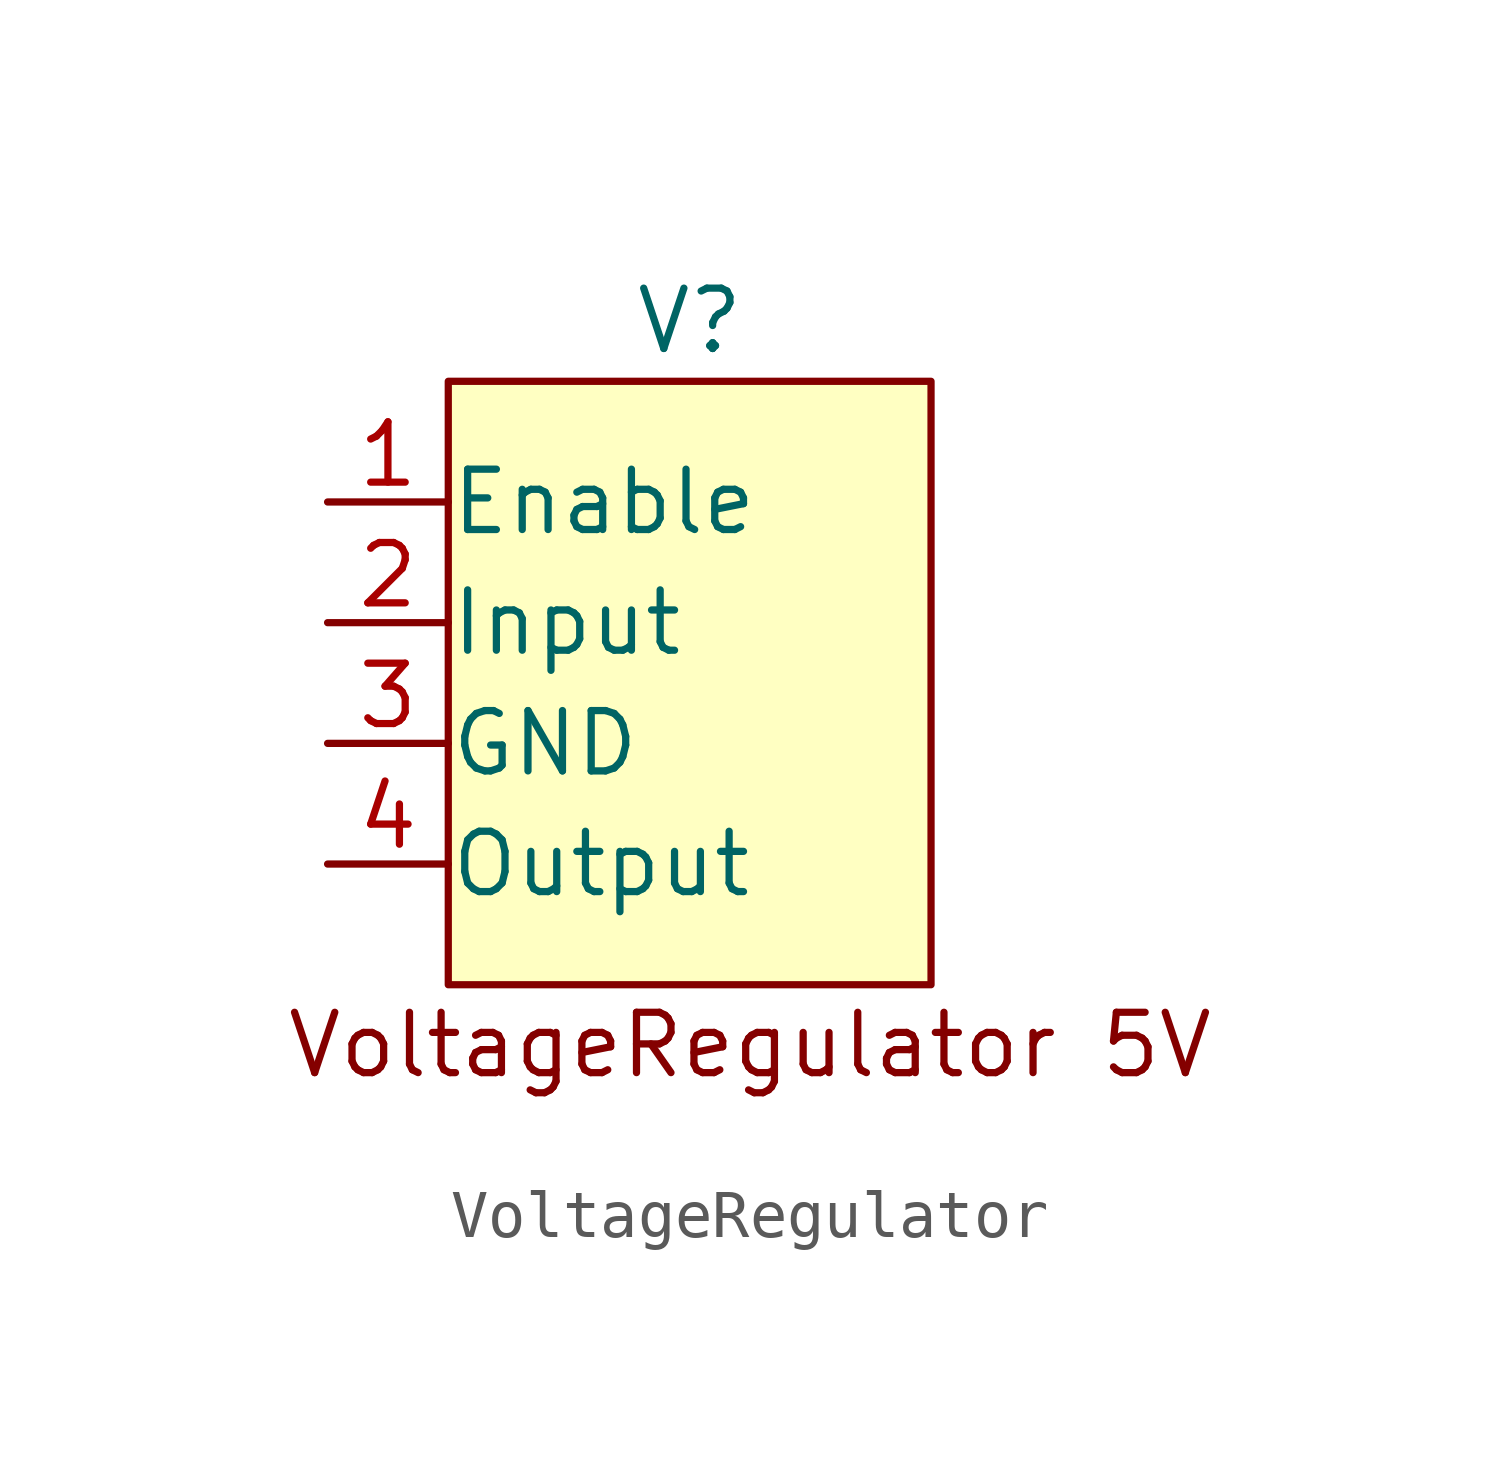
<source format=kicad_sym>
(kicad_symbol_lib
  (version 20220914)
  (generator kicad_symbol_editor)
  (symbol "VoltageRegulator"
    (pin_names
      (offset 0.005))
    (property "Reference" "V"
      (at 0 1.27 0)
      (effects (font (size 1.27 1.27))))
    (property "Value" ""
      (at 0 0 0)
      (effects (font (size 1.27 1.27))))
    (symbol "VoltageRegulator_1_1"
      (rectangle (start -5.08 0) (end 5.08 -12.7) (stroke (width 0) (type default)) (fill (type background)))
      (text "VoltageRegulator 5V" (at 1.27 -13.97 0) (effects (font (size 1.27 1.27))))
      (pin input line (at -7.62 -2.54 0) (length 2.54) (name "Enable" (effects (font (size 1.27 1.27)))) (number "1" (effects (font (size 1.27 1.27)))))
      (pin input line (at -7.62 -5.08 0) (length 2.54) (name "Input" (effects (font (size 1.27 1.27)))) (number "2" (effects (font (size 1.27 1.27)))))
      (pin output line (at -7.62 -7.62 0) (length 2.54) (name "GND" (effects (font (size 1.27 1.27)))) (number "3" (effects (font (size 1.27 1.27)))))
      (pin output line (at -7.62 -10.16 0) (length 2.54) (name "Output" (effects (font (size 1.27 1.27)))) (number "4" (effects (font (size 1.27 1.27))))))))
</source>
